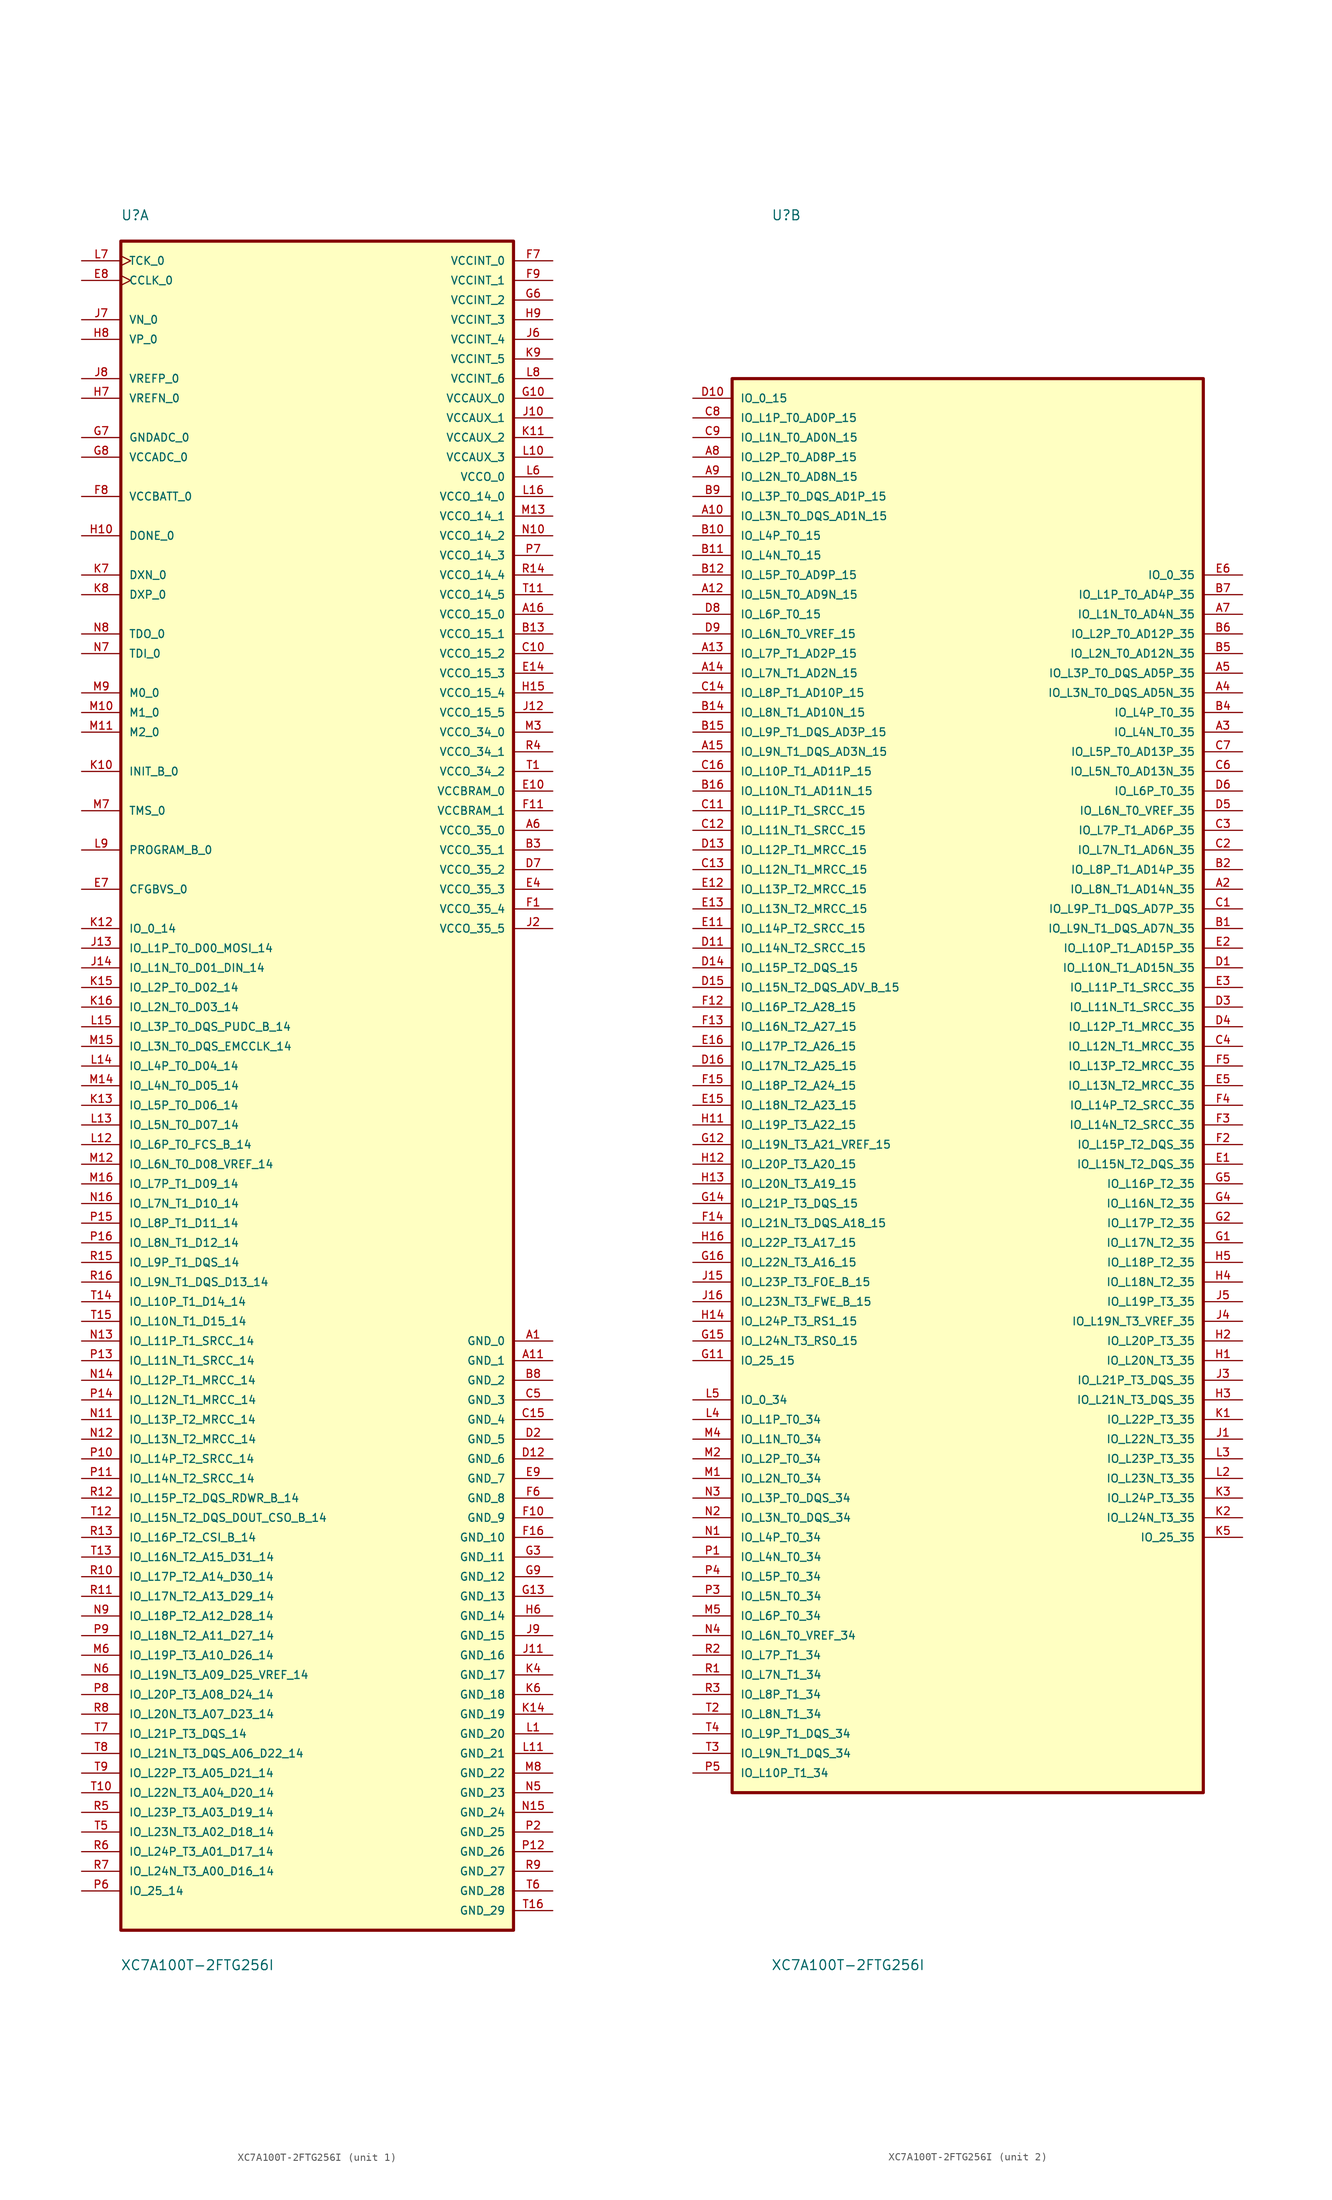
<source format=kicad_sym>
(kicad_symbol_lib
  (version 20211014)
  (generator kicad_symbol_editor)
  (symbol "XC7A100T-2FTG256I"
    (pin_names
      (offset 1.016))
    (property "Reference" "U"
      (at -25.415 111.827 0)
      (effects (font (size 1.27 1.27)) (justify bottom left)))
    (property "Value" "XC7A100T-2FTG256I"
      (at -25.441 -114.482 0)
      (effects (font (size 1.27 1.27)) (justify bottom left)))
    (symbol "XC7A100T-2FTG256I_1_0"
      (rectangle (start -25.4 -109.22) (end 25.4 109.22) (stroke (width 0.406)) (fill (type background)))
      (pin bidirectional line (at -30.48 10.16 0) (length 5.08) (name "IO_L2N_T0_D03_14" (effects (font (size 1.016 1.016)))) (number "K16" (effects (font (size 1.016 1.016)))))
      (pin bidirectional line (at -30.48 7.62 0) (length 5.08) (name "IO_L3P_T0_DQS_PUDC_B_14" (effects (font (size 1.016 1.016)))) (number "L15" (effects (font (size 1.016 1.016)))))
      (pin bidirectional line (at -30.48 5.08 0) (length 5.08) (name "IO_L3N_T0_DQS_EMCCLK_14" (effects (font (size 1.016 1.016)))) (number "M15" (effects (font (size 1.016 1.016)))))
      (pin bidirectional line (at -30.48 2.54 0) (length 5.08) (name "IO_L4P_T0_D04_14" (effects (font (size 1.016 1.016)))) (number "L14" (effects (font (size 1.016 1.016)))))
      (pin bidirectional line (at -30.48 0.0 0) (length 5.08) (name "IO_L4N_T0_D05_14" (effects (font (size 1.016 1.016)))) (number "M14" (effects (font (size 1.016 1.016)))))
      (pin bidirectional line (at -30.48 -2.54 0) (length 5.08) (name "IO_L5P_T0_D06_14" (effects (font (size 1.016 1.016)))) (number "K13" (effects (font (size 1.016 1.016)))))
      (pin bidirectional line (at -30.48 -5.08 0) (length 5.08) (name "IO_L5N_T0_D07_14" (effects (font (size 1.016 1.016)))) (number "L13" (effects (font (size 1.016 1.016)))))
      (pin bidirectional line (at -30.48 -10.16 0) (length 5.08) (name "IO_L6N_T0_D08_VREF_14" (effects (font (size 1.016 1.016)))) (number "M12" (effects (font (size 1.016 1.016)))))
      (pin bidirectional line (at -30.48 -7.62 0) (length 5.08) (name "IO_L6P_T0_FCS_B_14" (effects (font (size 1.016 1.016)))) (number "L12" (effects (font (size 1.016 1.016)))))
      (pin bidirectional line (at -30.48 -12.7 0) (length 5.08) (name "IO_L7P_T1_D09_14" (effects (font (size 1.016 1.016)))) (number "M16" (effects (font (size 1.016 1.016)))))
      (pin bidirectional line (at -30.48 -15.24 0) (length 5.08) (name "IO_L7N_T1_D10_14" (effects (font (size 1.016 1.016)))) (number "N16" (effects (font (size 1.016 1.016)))))
      (pin bidirectional line (at -30.48 -17.78 0) (length 5.08) (name "IO_L8P_T1_D11_14" (effects (font (size 1.016 1.016)))) (number "P15" (effects (font (size 1.016 1.016)))))
      (pin bidirectional line (at -30.48 -20.32 0) (length 5.08) (name "IO_L8N_T1_D12_14" (effects (font (size 1.016 1.016)))) (number "P16" (effects (font (size 1.016 1.016)))))
      (pin bidirectional line (at -30.48 -22.86 0) (length 5.08) (name "IO_L9P_T1_DQS_14" (effects (font (size 1.016 1.016)))) (number "R15" (effects (font (size 1.016 1.016)))))
      (pin bidirectional line (at -30.48 -25.4 0) (length 5.08) (name "IO_L9N_T1_DQS_D13_14" (effects (font (size 1.016 1.016)))) (number "R16" (effects (font (size 1.016 1.016)))))
      (pin bidirectional line (at -30.48 -27.94 0) (length 5.08) (name "IO_L10P_T1_D14_14" (effects (font (size 1.016 1.016)))) (number "T14" (effects (font (size 1.016 1.016)))))
      (pin bidirectional line (at -30.48 -30.48 0) (length 5.08) (name "IO_L10N_T1_D15_14" (effects (font (size 1.016 1.016)))) (number "T15" (effects (font (size 1.016 1.016)))))
      (pin bidirectional line (at -30.48 -33.02 0) (length 5.08) (name "IO_L11P_T1_SRCC_14" (effects (font (size 1.016 1.016)))) (number "N13" (effects (font (size 1.016 1.016)))))
      (pin bidirectional line (at -30.48 -35.56 0) (length 5.08) (name "IO_L11N_T1_SRCC_14" (effects (font (size 1.016 1.016)))) (number "P13" (effects (font (size 1.016 1.016)))))
      (pin bidirectional line (at -30.48 -38.1 0) (length 5.08) (name "IO_L12P_T1_MRCC_14" (effects (font (size 1.016 1.016)))) (number "N14" (effects (font (size 1.016 1.016)))))
      (pin bidirectional line (at -30.48 -40.64 0) (length 5.08) (name "IO_L12N_T1_MRCC_14" (effects (font (size 1.016 1.016)))) (number "P14" (effects (font (size 1.016 1.016)))))
      (pin bidirectional line (at -30.48 -43.18 0) (length 5.08) (name "IO_L13P_T2_MRCC_14" (effects (font (size 1.016 1.016)))) (number "N11" (effects (font (size 1.016 1.016)))))
      (pin bidirectional line (at -30.48 -45.72 0) (length 5.08) (name "IO_L13N_T2_MRCC_14" (effects (font (size 1.016 1.016)))) (number "N12" (effects (font (size 1.016 1.016)))))
      (pin bidirectional line (at -30.48 -48.26 0) (length 5.08) (name "IO_L14P_T2_SRCC_14" (effects (font (size 1.016 1.016)))) (number "P10" (effects (font (size 1.016 1.016)))))
      (pin bidirectional line (at -30.48 -50.8 0) (length 5.08) (name "IO_L14N_T2_SRCC_14" (effects (font (size 1.016 1.016)))) (number "P11" (effects (font (size 1.016 1.016)))))
      (pin bidirectional line (at -30.48 -53.34 0) (length 5.08) (name "IO_L15P_T2_DQS_RDWR_B_14" (effects (font (size 1.016 1.016)))) (number "R12" (effects (font (size 1.016 1.016)))))
      (pin bidirectional line (at -30.48 -55.88 0) (length 5.08) (name "IO_L15N_T2_DQS_DOUT_CSO_B_14" (effects (font (size 1.016 1.016)))) (number "T12" (effects (font (size 1.016 1.016)))))
      (pin bidirectional line (at -30.48 -58.42 0) (length 5.08) (name "IO_L16P_T2_CSI_B_14" (effects (font (size 1.016 1.016)))) (number "R13" (effects (font (size 1.016 1.016)))))
      (pin bidirectional line (at -30.48 -60.96 0) (length 5.08) (name "IO_L16N_T2_A15_D31_14" (effects (font (size 1.016 1.016)))) (number "T13" (effects (font (size 1.016 1.016)))))
      (pin bidirectional line (at -30.48 -63.5 0) (length 5.08) (name "IO_L17P_T2_A14_D30_14" (effects (font (size 1.016 1.016)))) (number "R10" (effects (font (size 1.016 1.016)))))
      (pin bidirectional line (at -30.48 -66.04 0) (length 5.08) (name "IO_L17N_T2_A13_D29_14" (effects (font (size 1.016 1.016)))) (number "R11" (effects (font (size 1.016 1.016)))))
      (pin bidirectional line (at -30.48 -68.58 0) (length 5.08) (name "IO_L18P_T2_A12_D28_14" (effects (font (size 1.016 1.016)))) (number "N9" (effects (font (size 1.016 1.016)))))
      (pin bidirectional line (at -30.48 -73.66 0) (length 5.08) (name "IO_L19P_T3_A10_D26_14" (effects (font (size 1.016 1.016)))) (number "M6" (effects (font (size 1.016 1.016)))))
      (pin bidirectional line (at -30.48 -71.12 0) (length 5.08) (name "IO_L18N_T2_A11_D27_14" (effects (font (size 1.016 1.016)))) (number "P9" (effects (font (size 1.016 1.016)))))
      (pin bidirectional line (at -30.48 -76.2 0) (length 5.08) (name "IO_L19N_T3_A09_D25_VREF_14" (effects (font (size 1.016 1.016)))) (number "N6" (effects (font (size 1.016 1.016)))))
      (pin bidirectional line (at -30.48 -78.74 0) (length 5.08) (name "IO_L20P_T3_A08_D24_14" (effects (font (size 1.016 1.016)))) (number "P8" (effects (font (size 1.016 1.016)))))
      (pin bidirectional line (at -30.48 -81.28 0) (length 5.08) (name "IO_L20N_T3_A07_D23_14" (effects (font (size 1.016 1.016)))) (number "R8" (effects (font (size 1.016 1.016)))))
      (pin bidirectional line (at -30.48 -83.82 0) (length 5.08) (name "IO_L21P_T3_DQS_14" (effects (font (size 1.016 1.016)))) (number "T7" (effects (font (size 1.016 1.016)))))
      (pin bidirectional line (at -30.48 -86.36 0) (length 5.08) (name "IO_L21N_T3_DQS_A06_D22_14" (effects (font (size 1.016 1.016)))) (number "T8" (effects (font (size 1.016 1.016)))))
      (pin bidirectional line (at -30.48 -88.9 0) (length 5.08) (name "IO_L22P_T3_A05_D21_14" (effects (font (size 1.016 1.016)))) (number "T9" (effects (font (size 1.016 1.016)))))
      (pin bidirectional line (at -30.48 -91.44 0) (length 5.08) (name "IO_L22N_T3_A04_D20_14" (effects (font (size 1.016 1.016)))) (number "T10" (effects (font (size 1.016 1.016)))))
      (pin bidirectional line (at -30.48 -93.98 0) (length 5.08) (name "IO_L23P_T3_A03_D19_14" (effects (font (size 1.016 1.016)))) (number "R5" (effects (font (size 1.016 1.016)))))
      (pin bidirectional line (at -30.48 -96.52 0) (length 5.08) (name "IO_L23N_T3_A02_D18_14" (effects (font (size 1.016 1.016)))) (number "T5" (effects (font (size 1.016 1.016)))))
      (pin bidirectional line (at -30.48 -99.06 0) (length 5.08) (name "IO_L24P_T3_A01_D17_14" (effects (font (size 1.016 1.016)))) (number "R6" (effects (font (size 1.016 1.016)))))
      (pin bidirectional line (at -30.48 -101.6 0) (length 5.08) (name "IO_L24N_T3_A00_D16_14" (effects (font (size 1.016 1.016)))) (number "R7" (effects (font (size 1.016 1.016)))))
      (pin bidirectional line (at -30.48 -104.14 0) (length 5.08) (name "IO_25_14" (effects (font (size 1.016 1.016)))) (number "P6" (effects (font (size 1.016 1.016)))))
      (pin bidirectional line (at -30.48 71.12 0) (length 5.08) (name "DONE_0" (effects (font (size 1.016 1.016)))) (number "H10" (effects (font (size 1.016 1.016)))))
      (pin bidirectional clock (at -30.48 106.68 0) (length 5.08) (name "TCK_0" (effects (font (size 1.016 1.016)))) (number "L7" (effects (font (size 1.016 1.016)))))
      (pin bidirectional line (at -30.48 76.2 0) (length 5.08) (name "VCCBATT_0" (effects (font (size 1.016 1.016)))) (number "F8" (effects (font (size 1.016 1.016)))))
      (pin bidirectional line (at -30.48 99.06 0) (length 5.08) (name "VN_0" (effects (font (size 1.016 1.016)))) (number "J7" (effects (font (size 1.016 1.016)))))
      (pin bidirectional line (at -30.48 91.44 0) (length 5.08) (name "VREFP_0" (effects (font (size 1.016 1.016)))) (number "J8" (effects (font (size 1.016 1.016)))))
      (pin bidirectional line (at -30.48 83.82 0) (length 5.08) (name "GNDADC_0" (effects (font (size 1.016 1.016)))) (number "G7" (effects (font (size 1.016 1.016)))))
      (pin bidirectional line (at -30.48 81.28 0) (length 5.08) (name "VCCADC_0" (effects (font (size 1.016 1.016)))) (number "G8" (effects (font (size 1.016 1.016)))))
      (pin bidirectional clock (at -30.48 104.14 0) (length 5.08) (name "CCLK_0" (effects (font (size 1.016 1.016)))) (number "E8" (effects (font (size 1.016 1.016)))))
      (pin bidirectional line (at -30.48 63.5 0) (length 5.08) (name "DXP_0" (effects (font (size 1.016 1.016)))) (number "K8" (effects (font (size 1.016 1.016)))))
      (pin bidirectional line (at -30.48 96.52 0) (length 5.08) (name "VP_0" (effects (font (size 1.016 1.016)))) (number "H8" (effects (font (size 1.016 1.016)))))
      (pin bidirectional line (at -30.48 88.9 0) (length 5.08) (name "VREFN_0" (effects (font (size 1.016 1.016)))) (number "H7" (effects (font (size 1.016 1.016)))))
      (pin bidirectional line (at -30.48 66.04 0) (length 5.08) (name "DXN_0" (effects (font (size 1.016 1.016)))) (number "K7" (effects (font (size 1.016 1.016)))))
      (pin bidirectional line (at -30.48 58.42 0) (length 5.08) (name "TDO_0" (effects (font (size 1.016 1.016)))) (number "N8" (effects (font (size 1.016 1.016)))))
      (pin bidirectional line (at -30.48 55.88 0) (length 5.08) (name "TDI_0" (effects (font (size 1.016 1.016)))) (number "N7" (effects (font (size 1.016 1.016)))))
      (pin bidirectional line (at -30.48 40.64 0) (length 5.08) (name "INIT_B_0" (effects (font (size 1.016 1.016)))) (number "K10" (effects (font (size 1.016 1.016)))))
      (pin bidirectional line (at -30.48 48.26 0) (length 5.08) (name "M1_0" (effects (font (size 1.016 1.016)))) (number "M10" (effects (font (size 1.016 1.016)))))
      (pin bidirectional line (at -30.48 50.8 0) (length 5.08) (name "M0_0" (effects (font (size 1.016 1.016)))) (number "M9" (effects (font (size 1.016 1.016)))))
      (pin bidirectional line (at -30.48 35.56 0) (length 5.08) (name "TMS_0" (effects (font (size 1.016 1.016)))) (number "M7" (effects (font (size 1.016 1.016)))))
      (pin bidirectional line (at -30.48 30.48 0) (length 5.08) (name "PROGRAM_B_0" (effects (font (size 1.016 1.016)))) (number "L9" (effects (font (size 1.016 1.016)))))
      (pin bidirectional line (at -30.48 25.4 0) (length 5.08) (name "CFGBVS_0" (effects (font (size 1.016 1.016)))) (number "E7" (effects (font (size 1.016 1.016)))))
      (pin bidirectional line (at -30.48 45.72 0) (length 5.08) (name "M2_0" (effects (font (size 1.016 1.016)))) (number "M11" (effects (font (size 1.016 1.016)))))
      (pin bidirectional line (at -30.48 20.32 0) (length 5.08) (name "IO_0_14" (effects (font (size 1.016 1.016)))) (number "K12" (effects (font (size 1.016 1.016)))))
      (pin bidirectional line (at -30.48 17.78 0) (length 5.08) (name "IO_L1P_T0_D00_MOSI_14" (effects (font (size 1.016 1.016)))) (number "J13" (effects (font (size 1.016 1.016)))))
      (pin bidirectional line (at -30.48 15.24 0) (length 5.08) (name "IO_L1N_T0_D01_DIN_14" (effects (font (size 1.016 1.016)))) (number "J14" (effects (font (size 1.016 1.016)))))
      (pin bidirectional line (at -30.48 12.7 0) (length 5.08) (name "IO_L2P_T0_D02_14" (effects (font (size 1.016 1.016)))) (number "K15" (effects (font (size 1.016 1.016)))))
      (pin power_in line (at 30.48 43.18 180.0) (length 5.08) (name "VCCO_34_1" (effects (font (size 1.016 1.016)))) (number "R4" (effects (font (size 1.016 1.016)))))
      (pin power_in line (at 30.48 40.64 180.0) (length 5.08) (name "VCCO_34_2" (effects (font (size 1.016 1.016)))) (number "T1" (effects (font (size 1.016 1.016)))))
      (pin power_in line (at 30.48 38.1 180.0) (length 5.08) (name "VCCBRAM_0" (effects (font (size 1.016 1.016)))) (number "E10" (effects (font (size 1.016 1.016)))))
      (pin power_in line (at 30.48 35.56 180.0) (length 5.08) (name "VCCBRAM_1" (effects (font (size 1.016 1.016)))) (number "F11" (effects (font (size 1.016 1.016)))))
      (pin power_in line (at 30.48 106.68 180.0) (length 5.08) (name "VCCINT_0" (effects (font (size 1.016 1.016)))) (number "F7" (effects (font (size 1.016 1.016)))))
      (pin power_in line (at 30.48 78.74 180.0) (length 5.08) (name "VCCO_0" (effects (font (size 1.016 1.016)))) (number "L6" (effects (font (size 1.016 1.016)))))
      (pin power_in line (at 30.48 76.2 180.0) (length 5.08) (name "VCCO_14_0" (effects (font (size 1.016 1.016)))) (number "L16" (effects (font (size 1.016 1.016)))))
      (pin power_in line (at 30.48 60.96 180.0) (length 5.08) (name "VCCO_15_0" (effects (font (size 1.016 1.016)))) (number "A16" (effects (font (size 1.016 1.016)))))
      (pin power_in line (at 30.48 45.72 180.0) (length 5.08) (name "VCCO_34_0" (effects (font (size 1.016 1.016)))) (number "M3" (effects (font (size 1.016 1.016)))))
      (pin power_in line (at 30.48 33.02 180.0) (length 5.08) (name "VCCO_35_0" (effects (font (size 1.016 1.016)))) (number "A6" (effects (font (size 1.016 1.016)))))
      (pin power_in line (at 30.48 -33.02 180.0) (length 5.08) (name "GND_0" (effects (font (size 1.016 1.016)))) (number "A1" (effects (font (size 1.016 1.016)))))
      (pin power_in line (at 30.48 -35.56 180.0) (length 5.08) (name "GND_1" (effects (font (size 1.016 1.016)))) (number "A11" (effects (font (size 1.016 1.016)))))
      (pin power_in line (at 30.48 -38.1 180.0) (length 5.08) (name "GND_2" (effects (font (size 1.016 1.016)))) (number "B8" (effects (font (size 1.016 1.016)))))
      (pin power_in line (at 30.48 -40.64 180.0) (length 5.08) (name "GND_3" (effects (font (size 1.016 1.016)))) (number "C5" (effects (font (size 1.016 1.016)))))
      (pin power_in line (at 30.48 -43.18 180.0) (length 5.08) (name "GND_4" (effects (font (size 1.016 1.016)))) (number "C15" (effects (font (size 1.016 1.016)))))
      (pin power_in line (at 30.48 -45.72 180.0) (length 5.08) (name "GND_5" (effects (font (size 1.016 1.016)))) (number "D2" (effects (font (size 1.016 1.016)))))
      (pin power_in line (at 30.48 -48.26 180.0) (length 5.08) (name "GND_6" (effects (font (size 1.016 1.016)))) (number "D12" (effects (font (size 1.016 1.016)))))
      (pin power_in line (at 30.48 -50.8 180.0) (length 5.08) (name "GND_7" (effects (font (size 1.016 1.016)))) (number "E9" (effects (font (size 1.016 1.016)))))
      (pin power_in line (at 30.48 -53.34 180.0) (length 5.08) (name "GND_8" (effects (font (size 1.016 1.016)))) (number "F6" (effects (font (size 1.016 1.016)))))
      (pin power_in line (at 30.48 -55.88 180.0) (length 5.08) (name "GND_9" (effects (font (size 1.016 1.016)))) (number "F10" (effects (font (size 1.016 1.016)))))
      (pin power_in line (at 30.48 -58.42 180.0) (length 5.08) (name "GND_10" (effects (font (size 1.016 1.016)))) (number "F16" (effects (font (size 1.016 1.016)))))
      (pin power_in line (at 30.48 -60.96 180.0) (length 5.08) (name "GND_11" (effects (font (size 1.016 1.016)))) (number "G3" (effects (font (size 1.016 1.016)))))
      (pin power_in line (at 30.48 -63.5 180.0) (length 5.08) (name "GND_12" (effects (font (size 1.016 1.016)))) (number "G9" (effects (font (size 1.016 1.016)))))
      (pin power_in line (at 30.48 -66.04 180.0) (length 5.08) (name "GND_13" (effects (font (size 1.016 1.016)))) (number "G13" (effects (font (size 1.016 1.016)))))
      (pin power_in line (at 30.48 -68.58 180.0) (length 5.08) (name "GND_14" (effects (font (size 1.016 1.016)))) (number "H6" (effects (font (size 1.016 1.016)))))
      (pin power_in line (at 30.48 -71.12 180.0) (length 5.08) (name "GND_15" (effects (font (size 1.016 1.016)))) (number "J9" (effects (font (size 1.016 1.016)))))
      (pin power_in line (at 30.48 -73.66 180.0) (length 5.08) (name "GND_16" (effects (font (size 1.016 1.016)))) (number "J11" (effects (font (size 1.016 1.016)))))
      (pin power_in line (at 30.48 -76.2 180.0) (length 5.08) (name "GND_17" (effects (font (size 1.016 1.016)))) (number "K4" (effects (font (size 1.016 1.016)))))
      (pin power_in line (at 30.48 -78.74 180.0) (length 5.08) (name "GND_18" (effects (font (size 1.016 1.016)))) (number "K6" (effects (font (size 1.016 1.016)))))
      (pin power_in line (at 30.48 -81.28 180.0) (length 5.08) (name "GND_19" (effects (font (size 1.016 1.016)))) (number "K14" (effects (font (size 1.016 1.016)))))
      (pin power_in line (at 30.48 -83.82 180.0) (length 5.08) (name "GND_20" (effects (font (size 1.016 1.016)))) (number "L1" (effects (font (size 1.016 1.016)))))
      (pin power_in line (at 30.48 -86.36 180.0) (length 5.08) (name "GND_21" (effects (font (size 1.016 1.016)))) (number "L11" (effects (font (size 1.016 1.016)))))
      (pin power_in line (at 30.48 -88.9 180.0) (length 5.08) (name "GND_22" (effects (font (size 1.016 1.016)))) (number "M8" (effects (font (size 1.016 1.016)))))
      (pin power_in line (at 30.48 -91.44 180.0) (length 5.08) (name "GND_23" (effects (font (size 1.016 1.016)))) (number "N5" (effects (font (size 1.016 1.016)))))
      (pin power_in line (at 30.48 -93.98 180.0) (length 5.08) (name "GND_24" (effects (font (size 1.016 1.016)))) (number "N15" (effects (font (size 1.016 1.016)))))
      (pin power_in line (at 30.48 -96.52 180.0) (length 5.08) (name "GND_25" (effects (font (size 1.016 1.016)))) (number "P2" (effects (font (size 1.016 1.016)))))
      (pin power_in line (at 30.48 -99.06 180.0) (length 5.08) (name "GND_26" (effects (font (size 1.016 1.016)))) (number "P12" (effects (font (size 1.016 1.016)))))
      (pin power_in line (at 30.48 -101.6 180.0) (length 5.08) (name "GND_27" (effects (font (size 1.016 1.016)))) (number "R9" (effects (font (size 1.016 1.016)))))
      (pin power_in line (at 30.48 -104.14 180.0) (length 5.08) (name "GND_28" (effects (font (size 1.016 1.016)))) (number "T6" (effects (font (size 1.016 1.016)))))
      (pin power_in line (at 30.48 -106.68 180.0) (length 5.08) (name "GND_29" (effects (font (size 1.016 1.016)))) (number "T16" (effects (font (size 1.016 1.016)))))
      (pin power_in line (at 30.48 104.14 180.0) (length 5.08) (name "VCCINT_1" (effects (font (size 1.016 1.016)))) (number "F9" (effects (font (size 1.016 1.016)))))
      (pin power_in line (at 30.48 101.6 180.0) (length 5.08) (name "VCCINT_2" (effects (font (size 1.016 1.016)))) (number "G6" (effects (font (size 1.016 1.016)))))
      (pin power_in line (at 30.48 99.06 180.0) (length 5.08) (name "VCCINT_3" (effects (font (size 1.016 1.016)))) (number "H9" (effects (font (size 1.016 1.016)))))
      (pin power_in line (at 30.48 96.52 180.0) (length 5.08) (name "VCCINT_4" (effects (font (size 1.016 1.016)))) (number "J6" (effects (font (size 1.016 1.016)))))
      (pin power_in line (at 30.48 93.98 180.0) (length 5.08) (name "VCCINT_5" (effects (font (size 1.016 1.016)))) (number "K9" (effects (font (size 1.016 1.016)))))
      (pin power_in line (at 30.48 91.44 180.0) (length 5.08) (name "VCCINT_6" (effects (font (size 1.016 1.016)))) (number "L8" (effects (font (size 1.016 1.016)))))
      (pin power_in line (at 30.48 88.9 180.0) (length 5.08) (name "VCCAUX_0" (effects (font (size 1.016 1.016)))) (number "G10" (effects (font (size 1.016 1.016)))))
      (pin power_in line (at 30.48 86.36 180.0) (length 5.08) (name "VCCAUX_1" (effects (font (size 1.016 1.016)))) (number "J10" (effects (font (size 1.016 1.016)))))
      (pin power_in line (at 30.48 83.82 180.0) (length 5.08) (name "VCCAUX_2" (effects (font (size 1.016 1.016)))) (number "K11" (effects (font (size 1.016 1.016)))))
      (pin power_in line (at 30.48 81.28 180.0) (length 5.08) (name "VCCAUX_3" (effects (font (size 1.016 1.016)))) (number "L10" (effects (font (size 1.016 1.016)))))
      (pin power_in line (at 30.48 73.66 180.0) (length 5.08) (name "VCCO_14_1" (effects (font (size 1.016 1.016)))) (number "M13" (effects (font (size 1.016 1.016)))))
      (pin power_in line (at 30.48 71.12 180.0) (length 5.08) (name "VCCO_14_2" (effects (font (size 1.016 1.016)))) (number "N10" (effects (font (size 1.016 1.016)))))
      (pin power_in line (at 30.48 68.58 180.0) (length 5.08) (name "VCCO_14_3" (effects (font (size 1.016 1.016)))) (number "P7" (effects (font (size 1.016 1.016)))))
      (pin power_in line (at 30.48 66.04 180.0) (length 5.08) (name "VCCO_14_4" (effects (font (size 1.016 1.016)))) (number "R14" (effects (font (size 1.016 1.016)))))
      (pin power_in line (at 30.48 63.5 180.0) (length 5.08) (name "VCCO_14_5" (effects (font (size 1.016 1.016)))) (number "T11" (effects (font (size 1.016 1.016)))))
      (pin power_in line (at 30.48 58.42 180.0) (length 5.08) (name "VCCO_15_1" (effects (font (size 1.016 1.016)))) (number "B13" (effects (font (size 1.016 1.016)))))
      (pin power_in line (at 30.48 55.88 180.0) (length 5.08) (name "VCCO_15_2" (effects (font (size 1.016 1.016)))) (number "C10" (effects (font (size 1.016 1.016)))))
      (pin power_in line (at 30.48 53.34 180.0) (length 5.08) (name "VCCO_15_3" (effects (font (size 1.016 1.016)))) (number "E14" (effects (font (size 1.016 1.016)))))
      (pin power_in line (at 30.48 50.8 180.0) (length 5.08) (name "VCCO_15_4" (effects (font (size 1.016 1.016)))) (number "H15" (effects (font (size 1.016 1.016)))))
      (pin power_in line (at 30.48 48.26 180.0) (length 5.08) (name "VCCO_15_5" (effects (font (size 1.016 1.016)))) (number "J12" (effects (font (size 1.016 1.016)))))
      (pin power_in line (at 30.48 30.48 180.0) (length 5.08) (name "VCCO_35_1" (effects (font (size 1.016 1.016)))) (number "B3" (effects (font (size 1.016 1.016)))))
      (pin power_in line (at 30.48 27.94 180.0) (length 5.08) (name "VCCO_35_2" (effects (font (size 1.016 1.016)))) (number "D7" (effects (font (size 1.016 1.016)))))
      (pin power_in line (at 30.48 25.4 180.0) (length 5.08) (name "VCCO_35_3" (effects (font (size 1.016 1.016)))) (number "E4" (effects (font (size 1.016 1.016)))))
      (pin power_in line (at 30.48 22.86 180.0) (length 5.08) (name "VCCO_35_4" (effects (font (size 1.016 1.016)))) (number "F1" (effects (font (size 1.016 1.016)))))
      (pin power_in line (at 30.48 20.32 180.0) (length 5.08) (name "VCCO_35_5" (effects (font (size 1.016 1.016)))) (number "J2" (effects (font (size 1.016 1.016))))))
    (symbol "XC7A100T-2FTG256I_2_0"
      (rectangle (start -30.48 -91.44) (end 30.48 91.44) (stroke (width 0.406)) (fill (type background)))
      (pin bidirectional line (at -35.56 88.9 0) (length 5.08) (name "IO_0_15" (effects (font (size 1.016 1.016)))) (number "D10" (effects (font (size 1.016 1.016)))))
      (pin bidirectional line (at -35.56 86.36 0) (length 5.08) (name "IO_L1P_T0_AD0P_15" (effects (font (size 1.016 1.016)))) (number "C8" (effects (font (size 1.016 1.016)))))
      (pin bidirectional line (at -35.56 83.82 0) (length 5.08) (name "IO_L1N_T0_AD0N_15" (effects (font (size 1.016 1.016)))) (number "C9" (effects (font (size 1.016 1.016)))))
      (pin bidirectional line (at -35.56 81.28 0) (length 5.08) (name "IO_L2P_T0_AD8P_15" (effects (font (size 1.016 1.016)))) (number "A8" (effects (font (size 1.016 1.016)))))
      (pin bidirectional line (at -35.56 78.74 0) (length 5.08) (name "IO_L2N_T0_AD8N_15" (effects (font (size 1.016 1.016)))) (number "A9" (effects (font (size 1.016 1.016)))))
      (pin bidirectional line (at -35.56 76.2 0) (length 5.08) (name "IO_L3P_T0_DQS_AD1P_15" (effects (font (size 1.016 1.016)))) (number "B9" (effects (font (size 1.016 1.016)))))
      (pin bidirectional line (at -35.56 73.66 0) (length 5.08) (name "IO_L3N_T0_DQS_AD1N_15" (effects (font (size 1.016 1.016)))) (number "A10" (effects (font (size 1.016 1.016)))))
      (pin bidirectional line (at -35.56 71.12 0) (length 5.08) (name "IO_L4P_T0_15" (effects (font (size 1.016 1.016)))) (number "B10" (effects (font (size 1.016 1.016)))))
      (pin bidirectional line (at -35.56 68.58 0) (length 5.08) (name "IO_L4N_T0_15" (effects (font (size 1.016 1.016)))) (number "B11" (effects (font (size 1.016 1.016)))))
      (pin bidirectional line (at -35.56 66.04 0) (length 5.08) (name "IO_L5P_T0_AD9P_15" (effects (font (size 1.016 1.016)))) (number "B12" (effects (font (size 1.016 1.016)))))
      (pin bidirectional line (at -35.56 63.5 0) (length 5.08) (name "IO_L5N_T0_AD9N_15" (effects (font (size 1.016 1.016)))) (number "A12" (effects (font (size 1.016 1.016)))))
      (pin bidirectional line (at -35.56 58.42 0) (length 5.08) (name "IO_L6N_T0_VREF_15" (effects (font (size 1.016 1.016)))) (number "D9" (effects (font (size 1.016 1.016)))))
      (pin bidirectional line (at -35.56 60.96 0) (length 5.08) (name "IO_L6P_T0_15" (effects (font (size 1.016 1.016)))) (number "D8" (effects (font (size 1.016 1.016)))))
      (pin bidirectional line (at -35.56 55.88 0) (length 5.08) (name "IO_L7P_T1_AD2P_15" (effects (font (size 1.016 1.016)))) (number "A13" (effects (font (size 1.016 1.016)))))
      (pin bidirectional line (at -35.56 53.34 0) (length 5.08) (name "IO_L7N_T1_AD2N_15" (effects (font (size 1.016 1.016)))) (number "A14" (effects (font (size 1.016 1.016)))))
      (pin bidirectional line (at -35.56 50.8 0) (length 5.08) (name "IO_L8P_T1_AD10P_15" (effects (font (size 1.016 1.016)))) (number "C14" (effects (font (size 1.016 1.016)))))
      (pin bidirectional line (at -35.56 48.26 0) (length 5.08) (name "IO_L8N_T1_AD10N_15" (effects (font (size 1.016 1.016)))) (number "B14" (effects (font (size 1.016 1.016)))))
      (pin bidirectional line (at -35.56 45.72 0) (length 5.08) (name "IO_L9P_T1_DQS_AD3P_15" (effects (font (size 1.016 1.016)))) (number "B15" (effects (font (size 1.016 1.016)))))
      (pin bidirectional line (at -35.56 43.18 0) (length 5.08) (name "IO_L9N_T1_DQS_AD3N_15" (effects (font (size 1.016 1.016)))) (number "A15" (effects (font (size 1.016 1.016)))))
      (pin bidirectional line (at -35.56 40.64 0) (length 5.08) (name "IO_L10P_T1_AD11P_15" (effects (font (size 1.016 1.016)))) (number "C16" (effects (font (size 1.016 1.016)))))
      (pin bidirectional line (at -35.56 38.1 0) (length 5.08) (name "IO_L10N_T1_AD11N_15" (effects (font (size 1.016 1.016)))) (number "B16" (effects (font (size 1.016 1.016)))))
      (pin bidirectional line (at -35.56 35.56 0) (length 5.08) (name "IO_L11P_T1_SRCC_15" (effects (font (size 1.016 1.016)))) (number "C11" (effects (font (size 1.016 1.016)))))
      (pin bidirectional line (at -35.56 33.02 0) (length 5.08) (name "IO_L11N_T1_SRCC_15" (effects (font (size 1.016 1.016)))) (number "C12" (effects (font (size 1.016 1.016)))))
      (pin bidirectional line (at -35.56 30.48 0) (length 5.08) (name "IO_L12P_T1_MRCC_15" (effects (font (size 1.016 1.016)))) (number "D13" (effects (font (size 1.016 1.016)))))
      (pin bidirectional line (at -35.56 27.94 0) (length 5.08) (name "IO_L12N_T1_MRCC_15" (effects (font (size 1.016 1.016)))) (number "C13" (effects (font (size 1.016 1.016)))))
      (pin bidirectional line (at -35.56 25.4 0) (length 5.08) (name "IO_L13P_T2_MRCC_15" (effects (font (size 1.016 1.016)))) (number "E12" (effects (font (size 1.016 1.016)))))
      (pin bidirectional line (at -35.56 22.86 0) (length 5.08) (name "IO_L13N_T2_MRCC_15" (effects (font (size 1.016 1.016)))) (number "E13" (effects (font (size 1.016 1.016)))))
      (pin bidirectional line (at -35.56 20.32 0) (length 5.08) (name "IO_L14P_T2_SRCC_15" (effects (font (size 1.016 1.016)))) (number "E11" (effects (font (size 1.016 1.016)))))
      (pin bidirectional line (at -35.56 17.78 0) (length 5.08) (name "IO_L14N_T2_SRCC_15" (effects (font (size 1.016 1.016)))) (number "D11" (effects (font (size 1.016 1.016)))))
      (pin bidirectional line (at -35.56 15.24 0) (length 5.08) (name "IO_L15P_T2_DQS_15" (effects (font (size 1.016 1.016)))) (number "D14" (effects (font (size 1.016 1.016)))))
      (pin bidirectional line (at -35.56 12.7 0) (length 5.08) (name "IO_L15N_T2_DQS_ADV_B_15" (effects (font (size 1.016 1.016)))) (number "D15" (effects (font (size 1.016 1.016)))))
      (pin bidirectional line (at -35.56 10.16 0) (length 5.08) (name "IO_L16P_T2_A28_15" (effects (font (size 1.016 1.016)))) (number "F12" (effects (font (size 1.016 1.016)))))
      (pin bidirectional line (at -35.56 7.62 0) (length 5.08) (name "IO_L16N_T2_A27_15" (effects (font (size 1.016 1.016)))) (number "F13" (effects (font (size 1.016 1.016)))))
      (pin bidirectional line (at -35.56 5.08 0) (length 5.08) (name "IO_L17P_T2_A26_15" (effects (font (size 1.016 1.016)))) (number "E16" (effects (font (size 1.016 1.016)))))
      (pin bidirectional line (at -35.56 2.54 0) (length 5.08) (name "IO_L17N_T2_A25_15" (effects (font (size 1.016 1.016)))) (number "D16" (effects (font (size 1.016 1.016)))))
      (pin bidirectional line (at -35.56 0.0 0) (length 5.08) (name "IO_L18P_T2_A24_15" (effects (font (size 1.016 1.016)))) (number "F15" (effects (font (size 1.016 1.016)))))
      (pin bidirectional line (at -35.56 -5.08 0) (length 5.08) (name "IO_L19P_T3_A22_15" (effects (font (size 1.016 1.016)))) (number "H11" (effects (font (size 1.016 1.016)))))
      (pin bidirectional line (at -35.56 -2.54 0) (length 5.08) (name "IO_L18N_T2_A23_15" (effects (font (size 1.016 1.016)))) (number "E15" (effects (font (size 1.016 1.016)))))
      (pin bidirectional line (at -35.56 -7.62 0) (length 5.08) (name "IO_L19N_T3_A21_VREF_15" (effects (font (size 1.016 1.016)))) (number "G12" (effects (font (size 1.016 1.016)))))
      (pin bidirectional line (at -35.56 -10.16 0) (length 5.08) (name "IO_L20P_T3_A20_15" (effects (font (size 1.016 1.016)))) (number "H12" (effects (font (size 1.016 1.016)))))
      (pin bidirectional line (at -35.56 -12.7 0) (length 5.08) (name "IO_L20N_T3_A19_15" (effects (font (size 1.016 1.016)))) (number "H13" (effects (font (size 1.016 1.016)))))
      (pin bidirectional line (at -35.56 -15.24 0) (length 5.08) (name "IO_L21P_T3_DQS_15" (effects (font (size 1.016 1.016)))) (number "G14" (effects (font (size 1.016 1.016)))))
      (pin bidirectional line (at -35.56 -17.78 0) (length 5.08) (name "IO_L21N_T3_DQS_A18_15" (effects (font (size 1.016 1.016)))) (number "F14" (effects (font (size 1.016 1.016)))))
      (pin bidirectional line (at -35.56 -20.32 0) (length 5.08) (name "IO_L22P_T3_A17_15" (effects (font (size 1.016 1.016)))) (number "H16" (effects (font (size 1.016 1.016)))))
      (pin bidirectional line (at -35.56 -22.86 0) (length 5.08) (name "IO_L22N_T3_A16_15" (effects (font (size 1.016 1.016)))) (number "G16" (effects (font (size 1.016 1.016)))))
      (pin bidirectional line (at -35.56 -25.4 0) (length 5.08) (name "IO_L23P_T3_FOE_B_15" (effects (font (size 1.016 1.016)))) (number "J15" (effects (font (size 1.016 1.016)))))
      (pin bidirectional line (at -35.56 -27.94 0) (length 5.08) (name "IO_L23N_T3_FWE_B_15" (effects (font (size 1.016 1.016)))) (number "J16" (effects (font (size 1.016 1.016)))))
      (pin bidirectional line (at -35.56 -30.48 0) (length 5.08) (name "IO_L24P_T3_RS1_15" (effects (font (size 1.016 1.016)))) (number "H14" (effects (font (size 1.016 1.016)))))
      (pin bidirectional line (at -35.56 -33.02 0) (length 5.08) (name "IO_L24N_T3_RS0_15" (effects (font (size 1.016 1.016)))) (number "G15" (effects (font (size 1.016 1.016)))))
      (pin bidirectional line (at -35.56 -35.56 0) (length 5.08) (name "IO_25_15" (effects (font (size 1.016 1.016)))) (number "G11" (effects (font (size 1.016 1.016)))))
      (pin bidirectional line (at -35.56 -40.64 0) (length 5.08) (name "IO_0_34" (effects (font (size 1.016 1.016)))) (number "L5" (effects (font (size 1.016 1.016)))))
      (pin bidirectional line (at -35.56 -43.18 0) (length 5.08) (name "IO_L1P_T0_34" (effects (font (size 1.016 1.016)))) (number "L4" (effects (font (size 1.016 1.016)))))
      (pin bidirectional line (at -35.56 -45.72 0) (length 5.08) (name "IO_L1N_T0_34" (effects (font (size 1.016 1.016)))) (number "M4" (effects (font (size 1.016 1.016)))))
      (pin bidirectional line (at -35.56 -48.26 0) (length 5.08) (name "IO_L2P_T0_34" (effects (font (size 1.016 1.016)))) (number "M2" (effects (font (size 1.016 1.016)))))
      (pin bidirectional line (at -35.56 -50.8 0) (length 5.08) (name "IO_L2N_T0_34" (effects (font (size 1.016 1.016)))) (number "M1" (effects (font (size 1.016 1.016)))))
      (pin bidirectional line (at -35.56 -53.34 0) (length 5.08) (name "IO_L3P_T0_DQS_34" (effects (font (size 1.016 1.016)))) (number "N3" (effects (font (size 1.016 1.016)))))
      (pin bidirectional line (at -35.56 -55.88 0) (length 5.08) (name "IO_L3N_T0_DQS_34" (effects (font (size 1.016 1.016)))) (number "N2" (effects (font (size 1.016 1.016)))))
      (pin bidirectional line (at -35.56 -58.42 0) (length 5.08) (name "IO_L4P_T0_34" (effects (font (size 1.016 1.016)))) (number "N1" (effects (font (size 1.016 1.016)))))
      (pin bidirectional line (at -35.56 -60.96 0) (length 5.08) (name "IO_L4N_T0_34" (effects (font (size 1.016 1.016)))) (number "P1" (effects (font (size 1.016 1.016)))))
      (pin bidirectional line (at -35.56 -63.5 0) (length 5.08) (name "IO_L5P_T0_34" (effects (font (size 1.016 1.016)))) (number "P4" (effects (font (size 1.016 1.016)))))
      (pin bidirectional line (at -35.56 -66.04 0) (length 5.08) (name "IO_L5N_T0_34" (effects (font (size 1.016 1.016)))) (number "P3" (effects (font (size 1.016 1.016)))))
      (pin bidirectional line (at -35.56 -71.12 0) (length 5.08) (name "IO_L6N_T0_VREF_34" (effects (font (size 1.016 1.016)))) (number "N4" (effects (font (size 1.016 1.016)))))
      (pin bidirectional line (at -35.56 -68.58 0) (length 5.08) (name "IO_L6P_T0_34" (effects (font (size 1.016 1.016)))) (number "M5" (effects (font (size 1.016 1.016)))))
      (pin bidirectional line (at -35.56 -73.66 0) (length 5.08) (name "IO_L7P_T1_34" (effects (font (size 1.016 1.016)))) (number "R2" (effects (font (size 1.016 1.016)))))
      (pin bidirectional line (at -35.56 -76.2 0) (length 5.08) (name "IO_L7N_T1_34" (effects (font (size 1.016 1.016)))) (number "R1" (effects (font (size 1.016 1.016)))))
      (pin bidirectional line (at -35.56 -78.74 0) (length 5.08) (name "IO_L8P_T1_34" (effects (font (size 1.016 1.016)))) (number "R3" (effects (font (size 1.016 1.016)))))
      (pin bidirectional line (at -35.56 -81.28 0) (length 5.08) (name "IO_L8N_T1_34" (effects (font (size 1.016 1.016)))) (number "T2" (effects (font (size 1.016 1.016)))))
      (pin bidirectional line (at -35.56 -83.82 0) (length 5.08) (name "IO_L9P_T1_DQS_34" (effects (font (size 1.016 1.016)))) (number "T4" (effects (font (size 1.016 1.016)))))
      (pin bidirectional line (at -35.56 -86.36 0) (length 5.08) (name "IO_L9N_T1_DQS_34" (effects (font (size 1.016 1.016)))) (number "T3" (effects (font (size 1.016 1.016)))))
      (pin bidirectional line (at -35.56 -88.9 0) (length 5.08) (name "IO_L10P_T1_34" (effects (font (size 1.016 1.016)))) (number "P5" (effects (font (size 1.016 1.016)))))
      (pin bidirectional line (at 35.56 66.04 180.0) (length 5.08) (name "IO_0_35" (effects (font (size 1.016 1.016)))) (number "E6" (effects (font (size 1.016 1.016)))))
      (pin bidirectional line (at 35.56 63.5 180.0) (length 5.08) (name "IO_L1P_T0_AD4P_35" (effects (font (size 1.016 1.016)))) (number "B7" (effects (font (size 1.016 1.016)))))
      (pin bidirectional line (at 35.56 60.96 180.0) (length 5.08) (name "IO_L1N_T0_AD4N_35" (effects (font (size 1.016 1.016)))) (number "A7" (effects (font (size 1.016 1.016)))))
      (pin bidirectional line (at 35.56 58.42 180.0) (length 5.08) (name "IO_L2P_T0_AD12P_35" (effects (font (size 1.016 1.016)))) (number "B6" (effects (font (size 1.016 1.016)))))
      (pin bidirectional line (at 35.56 55.88 180.0) (length 5.08) (name "IO_L2N_T0_AD12N_35" (effects (font (size 1.016 1.016)))) (number "B5" (effects (font (size 1.016 1.016)))))
      (pin bidirectional line (at 35.56 53.34 180.0) (length 5.08) (name "IO_L3P_T0_DQS_AD5P_35" (effects (font (size 1.016 1.016)))) (number "A5" (effects (font (size 1.016 1.016)))))
      (pin bidirectional line (at 35.56 50.8 180.0) (length 5.08) (name "IO_L3N_T0_DQS_AD5N_35" (effects (font (size 1.016 1.016)))) (number "A4" (effects (font (size 1.016 1.016)))))
      (pin bidirectional line (at 35.56 48.26 180.0) (length 5.08) (name "IO_L4P_T0_35" (effects (font (size 1.016 1.016)))) (number "B4" (effects (font (size 1.016 1.016)))))
      (pin bidirectional line (at 35.56 45.72 180.0) (length 5.08) (name "IO_L4N_T0_35" (effects (font (size 1.016 1.016)))) (number "A3" (effects (font (size 1.016 1.016)))))
      (pin bidirectional line (at 35.56 43.18 180.0) (length 5.08) (name "IO_L5P_T0_AD13P_35" (effects (font (size 1.016 1.016)))) (number "C7" (effects (font (size 1.016 1.016)))))
      (pin bidirectional line (at 35.56 40.64 180.0) (length 5.08) (name "IO_L5N_T0_AD13N_35" (effects (font (size 1.016 1.016)))) (number "C6" (effects (font (size 1.016 1.016)))))
      (pin bidirectional line (at 35.56 38.1 180.0) (length 5.08) (name "IO_L6P_T0_35" (effects (font (size 1.016 1.016)))) (number "D6" (effects (font (size 1.016 1.016)))))
      (pin bidirectional line (at 35.56 35.56 180.0) (length 5.08) (name "IO_L6N_T0_VREF_35" (effects (font (size 1.016 1.016)))) (number "D5" (effects (font (size 1.016 1.016)))))
      (pin bidirectional line (at 35.56 33.02 180.0) (length 5.08) (name "IO_L7P_T1_AD6P_35" (effects (font (size 1.016 1.016)))) (number "C3" (effects (font (size 1.016 1.016)))))
      (pin bidirectional line (at 35.56 30.48 180.0) (length 5.08) (name "IO_L7N_T1_AD6N_35" (effects (font (size 1.016 1.016)))) (number "C2" (effects (font (size 1.016 1.016)))))
      (pin bidirectional line (at 35.56 27.94 180.0) (length 5.08) (name "IO_L8P_T1_AD14P_35" (effects (font (size 1.016 1.016)))) (number "B2" (effects (font (size 1.016 1.016)))))
      (pin bidirectional line (at 35.56 22.86 180.0) (length 5.08) (name "IO_L9P_T1_DQS_AD7P_35" (effects (font (size 1.016 1.016)))) (number "C1" (effects (font (size 1.016 1.016)))))
      (pin bidirectional line (at 35.56 25.4 180.0) (length 5.08) (name "IO_L8N_T1_AD14N_35" (effects (font (size 1.016 1.016)))) (number "A2" (effects (font (size 1.016 1.016)))))
      (pin bidirectional line (at 35.56 20.32 180.0) (length 5.08) (name "IO_L9N_T1_DQS_AD7N_35" (effects (font (size 1.016 1.016)))) (number "B1" (effects (font (size 1.016 1.016)))))
      (pin bidirectional line (at 35.56 17.78 180.0) (length 5.08) (name "IO_L10P_T1_AD15P_35" (effects (font (size 1.016 1.016)))) (number "E2" (effects (font (size 1.016 1.016)))))
      (pin bidirectional line (at 35.56 15.24 180.0) (length 5.08) (name "IO_L10N_T1_AD15N_35" (effects (font (size 1.016 1.016)))) (number "D1" (effects (font (size 1.016 1.016)))))
      (pin bidirectional line (at 35.56 12.7 180.0) (length 5.08) (name "IO_L11P_T1_SRCC_35" (effects (font (size 1.016 1.016)))) (number "E3" (effects (font (size 1.016 1.016)))))
      (pin bidirectional line (at 35.56 10.16 180.0) (length 5.08) (name "IO_L11N_T1_SRCC_35" (effects (font (size 1.016 1.016)))) (number "D3" (effects (font (size 1.016 1.016)))))
      (pin bidirectional line (at 35.56 7.62 180.0) (length 5.08) (name "IO_L12P_T1_MRCC_35" (effects (font (size 1.016 1.016)))) (number "D4" (effects (font (size 1.016 1.016)))))
      (pin bidirectional line (at 35.56 5.08 180.0) (length 5.08) (name "IO_L12N_T1_MRCC_35" (effects (font (size 1.016 1.016)))) (number "C4" (effects (font (size 1.016 1.016)))))
      (pin bidirectional line (at 35.56 2.54 180.0) (length 5.08) (name "IO_L13P_T2_MRCC_35" (effects (font (size 1.016 1.016)))) (number "F5" (effects (font (size 1.016 1.016)))))
      (pin bidirectional line (at 35.56 0.0 180.0) (length 5.08) (name "IO_L13N_T2_MRCC_35" (effects (font (size 1.016 1.016)))) (number "E5" (effects (font (size 1.016 1.016)))))
      (pin bidirectional line (at 35.56 -2.54 180.0) (length 5.08) (name "IO_L14P_T2_SRCC_35" (effects (font (size 1.016 1.016)))) (number "F4" (effects (font (size 1.016 1.016)))))
      (pin bidirectional line (at 35.56 -5.08 180.0) (length 5.08) (name "IO_L14N_T2_SRCC_35" (effects (font (size 1.016 1.016)))) (number "F3" (effects (font (size 1.016 1.016)))))
      (pin bidirectional line (at 35.56 -7.62 180.0) (length 5.08) (name "IO_L15P_T2_DQS_35" (effects (font (size 1.016 1.016)))) (number "F2" (effects (font (size 1.016 1.016)))))
      (pin bidirectional line (at 35.56 -10.16 180.0) (length 5.08) (name "IO_L15N_T2_DQS_35" (effects (font (size 1.016 1.016)))) (number "E1" (effects (font (size 1.016 1.016)))))
      (pin bidirectional line (at 35.56 -12.7 180.0) (length 5.08) (name "IO_L16P_T2_35" (effects (font (size 1.016 1.016)))) (number "G5" (effects (font (size 1.016 1.016)))))
      (pin bidirectional line (at 35.56 -15.24 180.0) (length 5.08) (name "IO_L16N_T2_35" (effects (font (size 1.016 1.016)))) (number "G4" (effects (font (size 1.016 1.016)))))
      (pin bidirectional line (at 35.56 -17.78 180.0) (length 5.08) (name "IO_L17P_T2_35" (effects (font (size 1.016 1.016)))) (number "G2" (effects (font (size 1.016 1.016)))))
      (pin bidirectional line (at 35.56 -20.32 180.0) (length 5.08) (name "IO_L17N_T2_35" (effects (font (size 1.016 1.016)))) (number "G1" (effects (font (size 1.016 1.016)))))
      (pin bidirectional line (at 35.56 -22.86 180.0) (length 5.08) (name "IO_L18P_T2_35" (effects (font (size 1.016 1.016)))) (number "H5" (effects (font (size 1.016 1.016)))))
      (pin bidirectional line (at 35.56 -25.4 180.0) (length 5.08) (name "IO_L18N_T2_35" (effects (font (size 1.016 1.016)))) (number "H4" (effects (font (size 1.016 1.016)))))
      (pin bidirectional line (at 35.56 -27.94 180.0) (length 5.08) (name "IO_L19P_T3_35" (effects (font (size 1.016 1.016)))) (number "J5" (effects (font (size 1.016 1.016)))))
      (pin bidirectional line (at 35.56 -30.48 180.0) (length 5.08) (name "IO_L19N_T3_VREF_35" (effects (font (size 1.016 1.016)))) (number "J4" (effects (font (size 1.016 1.016)))))
      (pin bidirectional line (at 35.56 -33.02 180.0) (length 5.08) (name "IO_L20P_T3_35" (effects (font (size 1.016 1.016)))) (number "H2" (effects (font (size 1.016 1.016)))))
      (pin bidirectional line (at 35.56 -35.56 180.0) (length 5.08) (name "IO_L20N_T3_35" (effects (font (size 1.016 1.016)))) (number "H1" (effects (font (size 1.016 1.016)))))
      (pin bidirectional line (at 35.56 -40.64 180.0) (length 5.08) (name "IO_L21N_T3_DQS_35" (effects (font (size 1.016 1.016)))) (number "H3" (effects (font (size 1.016 1.016)))))
      (pin bidirectional line (at 35.56 -38.1 180.0) (length 5.08) (name "IO_L21P_T3_DQS_35" (effects (font (size 1.016 1.016)))) (number "J3" (effects (font (size 1.016 1.016)))))
      (pin bidirectional line (at 35.56 -43.18 180.0) (length 5.08) (name "IO_L22P_T3_35" (effects (font (size 1.016 1.016)))) (number "K1" (effects (font (size 1.016 1.016)))))
      (pin bidirectional line (at 35.56 -45.72 180.0) (length 5.08) (name "IO_L22N_T3_35" (effects (font (size 1.016 1.016)))) (number "J1" (effects (font (size 1.016 1.016)))))
      (pin bidirectional line (at 35.56 -48.26 180.0) (length 5.08) (name "IO_L23P_T3_35" (effects (font (size 1.016 1.016)))) (number "L3" (effects (font (size 1.016 1.016)))))
      (pin bidirectional line (at 35.56 -50.8 180.0) (length 5.08) (name "IO_L23N_T3_35" (effects (font (size 1.016 1.016)))) (number "L2" (effects (font (size 1.016 1.016)))))
      (pin bidirectional line (at 35.56 -53.34 180.0) (length 5.08) (name "IO_L24P_T3_35" (effects (font (size 1.016 1.016)))) (number "K3" (effects (font (size 1.016 1.016)))))
      (pin bidirectional line (at 35.56 -55.88 180.0) (length 5.08) (name "IO_L24N_T3_35" (effects (font (size 1.016 1.016)))) (number "K2" (effects (font (size 1.016 1.016)))))
      (pin bidirectional line (at 35.56 -58.42 180.0) (length 5.08) (name "IO_25_35" (effects (font (size 1.016 1.016)))) (number "K5" (effects (font (size 1.016 1.016))))))))
</source>
